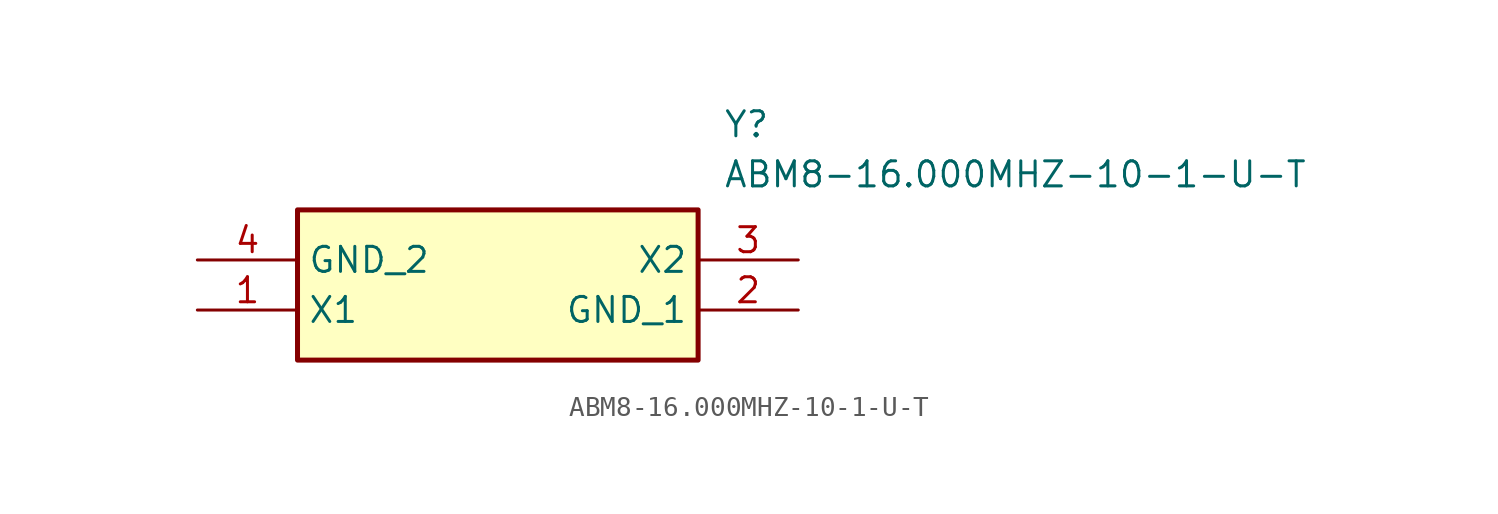
<source format=kicad_sym>
(kicad_symbol_lib
  (version 20241209)
  (generator "kicad_symbol_editor")
  (generator_version "9.0")
  (symbol "ABM8-16.000MHZ-10-1-U-T"
    (property "Reference" "Y"
      (at 26.67 7.62 0)
      (effects (font (size 1.27 1.27)) (justify left top)))
    (property "Value" "ABM8-16.000MHZ-10-1-U-T"
      (at 26.67 5.08 0)
      (effects (font (size 1.27 1.27)) (justify left top)))
    (symbol "ABM8-16.000MHZ-10-1-U-T_1_1"
      (rectangle (start 5.08 2.54) (end 25.4 -5.08) (stroke (width 0.254) (type default)) (fill (type background)))
      (pin passive line (at 0 0 0) (length 5.08) (name "GND_2" (effects (font (size 1.27 1.27)))) (number "4" (effects (font (size 1.27 1.27)))))
      (pin passive line (at 0 -2.54 0) (length 5.08) (name "X1" (effects (font (size 1.27 1.27)))) (number "1" (effects (font (size 1.27 1.27)))))
      (pin passive line (at 30.48 0 180) (length 5.08) (name "X2" (effects (font (size 1.27 1.27)))) (number "3" (effects (font (size 1.27 1.27)))))
      (pin passive line (at 30.48 -2.54 180) (length 5.08) (name "GND_1" (effects (font (size 1.27 1.27)))) (number "2" (effects (font (size 1.27 1.27))))))))
</source>
